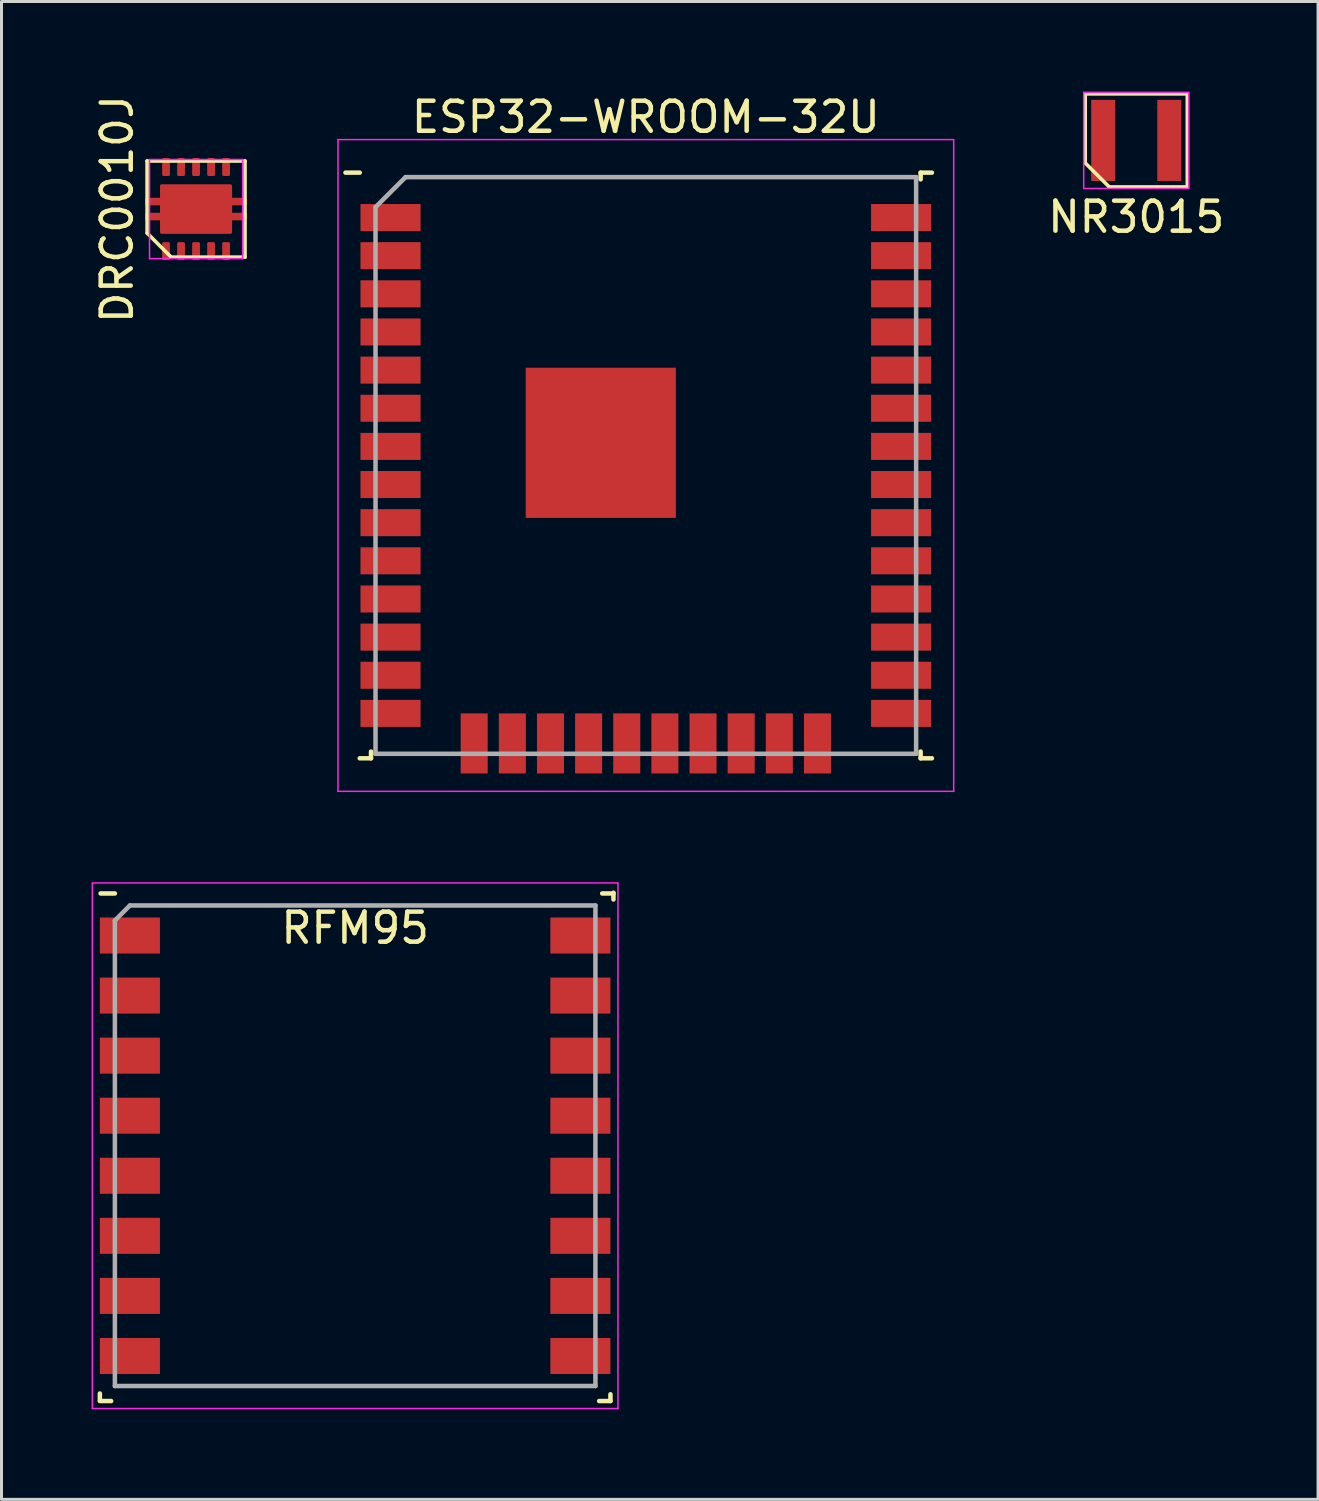
<source format=kicad_pcb>
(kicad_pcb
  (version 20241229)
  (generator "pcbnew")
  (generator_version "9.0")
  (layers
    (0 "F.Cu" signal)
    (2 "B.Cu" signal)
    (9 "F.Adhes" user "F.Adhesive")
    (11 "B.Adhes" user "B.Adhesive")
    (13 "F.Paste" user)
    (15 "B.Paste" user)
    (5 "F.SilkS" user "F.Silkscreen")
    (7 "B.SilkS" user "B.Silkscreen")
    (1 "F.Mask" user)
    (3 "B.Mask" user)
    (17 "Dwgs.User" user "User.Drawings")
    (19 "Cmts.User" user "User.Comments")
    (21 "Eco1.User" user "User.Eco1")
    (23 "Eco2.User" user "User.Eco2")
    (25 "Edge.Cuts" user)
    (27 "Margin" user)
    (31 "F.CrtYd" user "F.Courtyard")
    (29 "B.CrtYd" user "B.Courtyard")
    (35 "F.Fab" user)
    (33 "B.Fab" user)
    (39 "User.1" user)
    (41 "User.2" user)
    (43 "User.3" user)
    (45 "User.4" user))
  (footprint "ESP32-WROOM-32U"
    (layer "F.Cu")
    (at 18.453 12.448)
    (property "Reference" "ESP32-WROOM-32U" (at 0 -11.6 0) (layer "F.SilkS") (effects (font (size 1 1) (thickness 0.15))))
    (attr smd)
    (fp_line (start -9.525 -9.75) (end -10 -9.75) (stroke (width 0.15) (type solid)) (layer "F.SilkS"))
    (fp_line (start -9.525 9.75) (end -9.15 9.75) (stroke (width 0.15) (type solid)) (layer "F.SilkS"))
    (fp_line (start -9.15 9.75) (end -9.15 9.525) (stroke (width 0.15) (type solid)) (layer "F.SilkS"))
    (fp_line (start 9.15 -9.75) (end 9.15 -9.525) (stroke (width 0.15) (type solid)) (layer "F.SilkS"))
    (fp_line (start 9.15 9.75) (end 9.15 9.525) (stroke (width 0.15) (type solid)) (layer "F.SilkS"))
    (fp_line (start 9.525 -9.75) (end 9.15 -9.75) (stroke (width 0.15) (type solid)) (layer "F.SilkS"))
    (fp_line (start 9.525 9.75) (end 9.15 9.75) (stroke (width 0.15) (type solid)) (layer "F.SilkS"))
    (fp_line (start -10.25 -10.85) (end 10.25 -10.85) (stroke (width 0.05) (type solid)) (layer "F.CrtYd"))
    (fp_line (start -10.25 10.85) (end -10.25 -10.85) (stroke (width 0.05) (type solid)) (layer "F.CrtYd"))
    (fp_line (start 10.25 -10.85) (end 10.25 10.85) (stroke (width 0.05) (type solid)) (layer "F.CrtYd"))
    (fp_line (start 10.25 10.85) (end -10.25 10.85) (stroke (width 0.05) (type solid)) (layer "F.CrtYd"))
    (fp_line (start -9 -8.6) (end -9 9.6) (stroke (width 0.15) (type solid)) (layer "F.Fab"))
    (fp_line (start -9 9.6) (end 9 9.6) (stroke (width 0.15) (type solid)) (layer "F.Fab"))
    (fp_line (start -8 -9.6) (end -9 -8.6) (stroke (width 0.15) (type solid)) (layer "F.Fab"))
    (fp_line (start 9 -9.6) (end -8 -9.6) (stroke (width 0.15) (type solid)) (layer "F.Fab"))
    (fp_line (start 9 9.6) (end 9 -9.6) (stroke (width 0.15) (type solid)) (layer "F.Fab"))
    (pad "1" smd rect (at -8.5 -8.255 90) (size 0.9 2) (layers "F.Cu" "F.Mask" "F.Paste"))
    (pad "2" smd rect (at -8.5 -6.985 90) (size 0.9 2) (layers "F.Cu" "F.Mask" "F.Paste"))
    (pad "3" smd rect (at -8.5 -5.715 90) (size 0.9 2) (layers "F.Cu" "F.Mask" "F.Paste"))
    (pad "4" smd rect (at -8.5 -4.445 90) (size 0.9 2) (layers "F.Cu" "F.Mask" "F.Paste"))
    (pad "5" smd rect (at -8.5 -3.175 90) (size 0.9 2) (layers "F.Cu" "F.Mask" "F.Paste"))
    (pad "6" smd rect (at -8.5 -1.905 90) (size 0.9 2) (layers "F.Cu" "F.Mask" "F.Paste"))
    (pad "7" smd rect (at -8.5 -0.635 90) (size 0.9 2) (layers "F.Cu" "F.Mask" "F.Paste"))
    (pad "8" smd rect (at -8.5 0.635 90) (size 0.9 2) (layers "F.Cu" "F.Mask" "F.Paste"))
    (pad "9" smd rect (at -8.5 1.905 90) (size 0.9 2) (layers "F.Cu" "F.Mask" "F.Paste"))
    (pad "10" smd rect (at -8.5 3.175 90) (size 0.9 2) (layers "F.Cu" "F.Mask" "F.Paste"))
    (pad "11" smd rect (at -8.5 4.445 90) (size 0.9 2) (layers "F.Cu" "F.Mask" "F.Paste"))
    (pad "12" smd rect (at -8.5 5.715 90) (size 0.9 2) (layers "F.Cu" "F.Mask" "F.Paste"))
    (pad "13" smd rect (at -8.5 6.985 90) (size 0.9 2) (layers "F.Cu" "F.Mask" "F.Paste"))
    (pad "14" smd rect (at -8.5 8.255 90) (size 0.9 2) (layers "F.Cu" "F.Mask" "F.Paste"))
    (pad "15" smd rect (at -5.715 9.255) (size 0.9 2) (layers "F.Cu" "F.Mask" "F.Paste"))
    (pad "16" smd rect (at -4.445 9.255) (size 0.9 2) (layers "F.Cu" "F.Mask" "F.Paste"))
    (pad "17" smd rect (at -3.175 9.255) (size 0.9 2) (layers "F.Cu" "F.Mask" "F.Paste"))
    (pad "18" smd rect (at -1.905 9.255) (size 0.9 2) (layers "F.Cu" "F.Mask" "F.Paste"))
    (pad "19" smd rect (at -0.635 9.255) (size 0.9 2) (layers "F.Cu" "F.Mask" "F.Paste"))
    (pad "20" smd rect (at 0.635 9.255) (size 0.9 2) (layers "F.Cu" "F.Mask" "F.Paste"))
    (pad "21" smd rect (at 1.905 9.255) (size 0.9 2) (layers "F.Cu" "F.Mask" "F.Paste"))
    (pad "22" smd rect (at 3.175 9.255) (size 0.9 2) (layers "F.Cu" "F.Mask" "F.Paste"))
    (pad "23" smd rect (at 4.445 9.255) (size 0.9 2) (layers "F.Cu" "F.Mask" "F.Paste"))
    (pad "24" smd rect (at 5.715 9.255) (size 0.9 2) (layers "F.Cu" "F.Mask" "F.Paste"))
    (pad "25" smd rect (at 8.5 8.255 90) (size 0.9 2) (layers "F.Cu" "F.Mask" "F.Paste"))
    (pad "26" smd rect (at 8.5 6.985 90) (size 0.9 2) (layers "F.Cu" "F.Mask" "F.Paste"))
    (pad "27" smd rect (at 8.5 5.715 90) (size 0.9 2) (layers "F.Cu" "F.Mask" "F.Paste"))
    (pad "28" smd rect (at 8.5 4.445 90) (size 0.9 2) (layers "F.Cu" "F.Mask" "F.Paste"))
    (pad "29" smd rect (at 8.5 3.175 90) (size 0.9 2) (layers "F.Cu" "F.Mask" "F.Paste"))
    (pad "30" smd rect (at 8.5 1.905 90) (size 0.9 2) (layers "F.Cu" "F.Mask" "F.Paste"))
    (pad "31" smd rect (at 8.5 0.635 90) (size 0.9 2) (layers "F.Cu" "F.Mask" "F.Paste"))
    (pad "32" smd rect (at 8.5 -0.635 90) (size 0.9 2) (layers "F.Cu" "F.Mask" "F.Paste"))
    (pad "33" smd rect (at 8.5 -1.905 90) (size 0.9 2) (layers "F.Cu" "F.Mask" "F.Paste"))
    (pad "34" smd rect (at 8.5 -3.175 90) (size 0.9 2) (layers "F.Cu" "F.Mask" "F.Paste"))
    (pad "35" smd rect (at 8.5 -4.445 90) (size 0.9 2) (layers "F.Cu" "F.Mask" "F.Paste"))
    (pad "36" smd rect (at 8.5 -5.715 90) (size 0.9 2) (layers "F.Cu" "F.Mask" "F.Paste"))
    (pad "37" smd rect (at 8.5 -6.985 90) (size 0.9 2) (layers "F.Cu" "F.Mask" "F.Paste"))
    (pad "38" smd rect (at 8.5 -8.255 90) (size 0.9 2) (layers "F.Cu" "F.Mask" "F.Paste"))
    (pad "39" smd rect (at -1.5 -0.755) (size 5 5) (layers "F.Cu" "F.Mask" "F.Paste")))
  (footprint "NR3015"
    (layer "F.Cu")
    (at 34.782 1.625)
    (property "Reference" "NR3015" (at 0 2.55 0) (layer "F.SilkS") (effects (font (size 1 1) (thickness 0.15))))
    (attr smd)
    (fp_line (start -1.7 -1.55) (end 1.7 -1.55) (stroke (width 0.12) (type solid)) (layer "F.SilkS"))
    (fp_line (start -1.7 0.75) (end -1.7 -1.55) (stroke (width 0.12) (type solid)) (layer "F.SilkS"))
    (fp_line (start -0.9 1.55) (end -1.7 0.75) (stroke (width 0.12) (type solid)) (layer "F.SilkS"))
    (fp_line (start 1.7 -1.55) (end 1.7 1.55) (stroke (width 0.12) (type solid)) (layer "F.SilkS"))
    (fp_line (start 1.7 1.55) (end -0.9 1.55) (stroke (width 0.12) (type solid)) (layer "F.SilkS"))
    (fp_line (start -1.75 -1.6) (end 1.75 -1.6) (stroke (width 0.05) (type solid)) (layer "F.CrtYd"))
    (fp_line (start -1.75 1.6) (end -1.75 -1.6) (stroke (width 0.05) (type solid)) (layer "F.CrtYd"))
    (fp_line (start 1.75 -1.6) (end 1.75 1.6) (stroke (width 0.05) (type solid)) (layer "F.CrtYd"))
    (fp_line (start 1.75 1.6) (end -1.75 1.6) (stroke (width 0.05) (type solid)) (layer "F.CrtYd"))
    (pad "1" smd rect (at -1.1 0) (size 0.8 2.7) (layers "F.Cu" "F.Mask" "F.Paste"))
    (pad "2" smd rect (at 1.1 0) (size 0.8 2.7) (layers "F.Cu" "F.Mask" "F.Paste")))
  (footprint "RFM95"
    (layer "F.Cu")
    (at 8.775 35.098)
    (property "Reference" "RFM95" (at 0 -7.25 0) (layer "F.SilkS") (effects (font (size 1 1) (thickness 0.15))))
    (attr smd)
    (fp_line (start -8.5 8.475) (end -8.5 8.25) (stroke (width 0.15) (type solid)) (layer "F.SilkS"))
    (fp_line (start -8.125 8.5) (end -8.5 8.5) (stroke (width 0.15) (type solid)) (layer "F.SilkS"))
    (fp_line (start -8 -8.4) (end -8.475 -8.4) (stroke (width 0.15) (type solid)) (layer "F.SilkS"))
    (fp_line (start 8.225 -8.4) (end 8.6 -8.4) (stroke (width 0.15) (type solid)) (layer "F.SilkS"))
    (fp_line (start 8.5 8.5) (end 8.125 8.5) (stroke (width 0.15) (type solid)) (layer "F.SilkS"))
    (fp_line (start 8.5 8.5) (end 8.5 8.275) (stroke (width 0.15) (type solid)) (layer "F.SilkS"))
    (fp_line (start 8.6 -8.425) (end 8.6 -8.2) (stroke (width 0.15) (type solid)) (layer "F.SilkS"))
    (fp_line (start -8.75 -8.75) (end 8.75 -8.75) (stroke (width 0.05) (type solid)) (layer "F.CrtYd"))
    (fp_line (start -8.75 8.75) (end -8.75 -8.75) (stroke (width 0.05) (type solid)) (layer "F.CrtYd"))
    (fp_line (start 8.75 -8.75) (end 8.75 8.75) (stroke (width 0.05) (type solid)) (layer "F.CrtYd"))
    (fp_line (start 8.75 8.75) (end -8.75 8.75) (stroke (width 0.05) (type solid)) (layer "F.CrtYd"))
    (fp_line (start -8 -7.5) (end -8 8) (stroke (width 0.15) (type solid)) (layer "F.Fab"))
    (fp_line (start -8 -7.5) (end -7.5 -8) (stroke (width 0.15) (type solid)) (layer "F.Fab"))
    (fp_line (start -8 8) (end 8 8) (stroke (width 0.15) (type solid)) (layer "F.Fab"))
    (fp_line (start 8 -8) (end -7.5 -8) (stroke (width 0.15) (type solid)) (layer "F.Fab"))
    (fp_line (start 8 8) (end 8 -8) (stroke (width 0.15) (type solid)) (layer "F.Fab"))
    (pad "1" smd rect (at -7.5 -7 90) (size 1.2 2) (layers "F.Cu" "F.Mask" "F.Paste"))
    (pad "2" smd rect (at -7.5 -5 90) (size 1.2 2) (layers "F.Cu" "F.Mask" "F.Paste"))
    (pad "3" smd rect (at -7.5 -3 90) (size 1.2 2) (layers "F.Cu" "F.Mask" "F.Paste"))
    (pad "4" smd rect (at -7.5 -1 90) (size 1.2 2) (layers "F.Cu" "F.Mask" "F.Paste"))
    (pad "5" smd rect (at -7.5 1 90) (size 1.2 2) (layers "F.Cu" "F.Mask" "F.Paste"))
    (pad "6" smd rect (at -7.5 3 90) (size 1.2 2) (layers "F.Cu" "F.Mask" "F.Paste"))
    (pad "7" smd rect (at -7.5 5 90) (size 1.2 2) (layers "F.Cu" "F.Mask" "F.Paste"))
    (pad "8" smd rect (at -7.5 7 90) (size 1.2 2) (layers "F.Cu" "F.Mask" "F.Paste"))
    (pad "9" smd rect (at 7.5 7 90) (size 1.2 2) (layers "F.Cu" "F.Mask" "F.Paste"))
    (pad "10" smd rect (at 7.5 5 90) (size 1.2 2) (layers "F.Cu" "F.Mask" "F.Paste"))
    (pad "11" smd rect (at 7.5 3 90) (size 1.2 2) (layers "F.Cu" "F.Mask" "F.Paste"))
    (pad "12" smd rect (at 7.5 1 90) (size 1.2 2) (layers "F.Cu" "F.Mask" "F.Paste"))
    (pad "13" smd rect (at 7.5 -1 90) (size 1.2 2) (layers "F.Cu" "F.Mask" "F.Paste"))
    (pad "14" smd rect (at 7.5 -3 90) (size 1.2 2) (layers "F.Cu" "F.Mask" "F.Paste"))
    (pad "15" smd rect (at 7.5 -5 90) (size 1.2 2) (layers "F.Cu" "F.Mask" "F.Paste"))
    (pad "16" smd rect (at 7.5 -7 270) (size 1.2 2) (layers "F.Cu" "F.Mask" "F.Paste")))
  (footprint "DRC0010J"
    (layer "F.Cu")
    (at 3.478 3.911)
    (property "Reference" "DRC0010J" (at -2.63 0 90) (layer "F.SilkS") (effects (font (size 1 1) (thickness 0.15))))
    (attr smd)
    (fp_line (start -1.63 -1.6) (end 1.63 -1.6) (stroke (width 0.12) (type solid)) (layer "F.SilkS"))
    (fp_line (start -1.63 0.8) (end -1.63 -1.6) (stroke (width 0.12) (type solid)) (layer "F.SilkS"))
    (fp_line (start -0.83 1.6) (end -1.63 0.8) (stroke (width 0.12) (type solid)) (layer "F.SilkS"))
    (fp_line (start 1.63 -1.6) (end 1.63 1.6) (stroke (width 0.12) (type solid)) (layer "F.SilkS"))
    (fp_line (start 1.63 1.6) (end -0.83 1.6) (stroke (width 0.12) (type solid)) (layer "F.SilkS"))
    (fp_line (start -1.55 -1.65) (end 1.55 -1.65) (stroke (width 0.05) (type solid)) (layer "F.CrtYd"))
    (fp_line (start -1.55 1.65) (end -1.55 -1.65) (stroke (width 0.05) (type solid)) (layer "F.CrtYd"))
    (fp_line (start 1.55 -1.65) (end 1.55 1.65) (stroke (width 0.05) (type solid)) (layer "F.CrtYd"))
    (fp_line (start 1.55 1.65) (end -1.55 1.65) (stroke (width 0.05) (type solid)) (layer "F.CrtYd"))
    (pad "1" smd roundrect (at -1 1.4) (size 0.26 0.6) (layers "F.Cu" "F.Mask" "F.Paste") (roundrect_rratio 0.192))
    (pad "2" smd roundrect (at -0.5 1.4) (size 0.26 0.6) (layers "F.Cu" "F.Mask" "F.Paste") (roundrect_rratio 0.192))
    (pad "3" smd roundrect (at 0 1.4) (size 0.26 0.6) (layers "F.Cu" "F.Mask" "F.Paste") (roundrect_rratio 0.192))
    (pad "4" smd roundrect (at 0.5 1.4) (size 0.26 0.6) (layers "F.Cu" "F.Mask" "F.Paste") (roundrect_rratio 0.192))
    (pad "5" smd roundrect (at 1 1.4) (size 0.26 0.6) (layers "F.Cu" "F.Mask" "F.Paste") (roundrect_rratio 0.192))
    (pad "6" smd roundrect (at 1 -1.4) (size 0.26 0.6) (layers "F.Cu" "F.Mask" "F.Paste") (roundrect_rratio 0.192))
    (pad "7" smd roundrect (at 0.5 -1.4) (size 0.26 0.6) (layers "F.Cu" "F.Mask" "F.Paste") (roundrect_rratio 0.192))
    (pad "8" smd roundrect (at 0 -1.4) (size 0.26 0.6) (layers "F.Cu" "F.Mask" "F.Paste") (roundrect_rratio 0.192))
    (pad "9" smd roundrect (at -0.5 -1.4) (size 0.26 0.6) (layers "F.Cu" "F.Mask" "F.Paste") (roundrect_rratio 0.192))
    (pad "10" smd roundrect (at -1 -1.4) (size 0.26 0.6) (layers "F.Cu" "F.Mask" "F.Paste") (roundrect_rratio 0.192))
    (pad "11" smd custom (at 0 0) (size 0.26 0.26) (layers "F.Cu" "F.Mask" "F.Paste") (options (anchor circle)) (primitives (gr_poly (pts (xy 1.15 0.775) (xy 1.15 0.325) (xy 1.65 0.325) (xy 1.65 0.175) (xy 1.15 0.175) (xy 1.15 -0.175) (xy 1.65 -0.175) (xy 1.65 -0.325) (xy 1.15 -0.325) (xy 1.15 -0.775) (xy -1.15 -0.775) (xy -1.15 -0.325) (xy -1.65 -0.325) (xy -1.65 -0.175) (xy -1.15 -0.175) (xy -1.15 0.175) (xy -1.65 0.175) (xy -1.65 0.325) (xy -1.15 0.325) (xy -1.15 0.775)) (width 0.1) (fill yes)))))
  (gr_rect
    (start -3 -3)
    (end 40.835 46.873)
    (stroke (width 0.1) (type default))
    (fill no)
    (layer "Edge.Cuts")))
</source>
